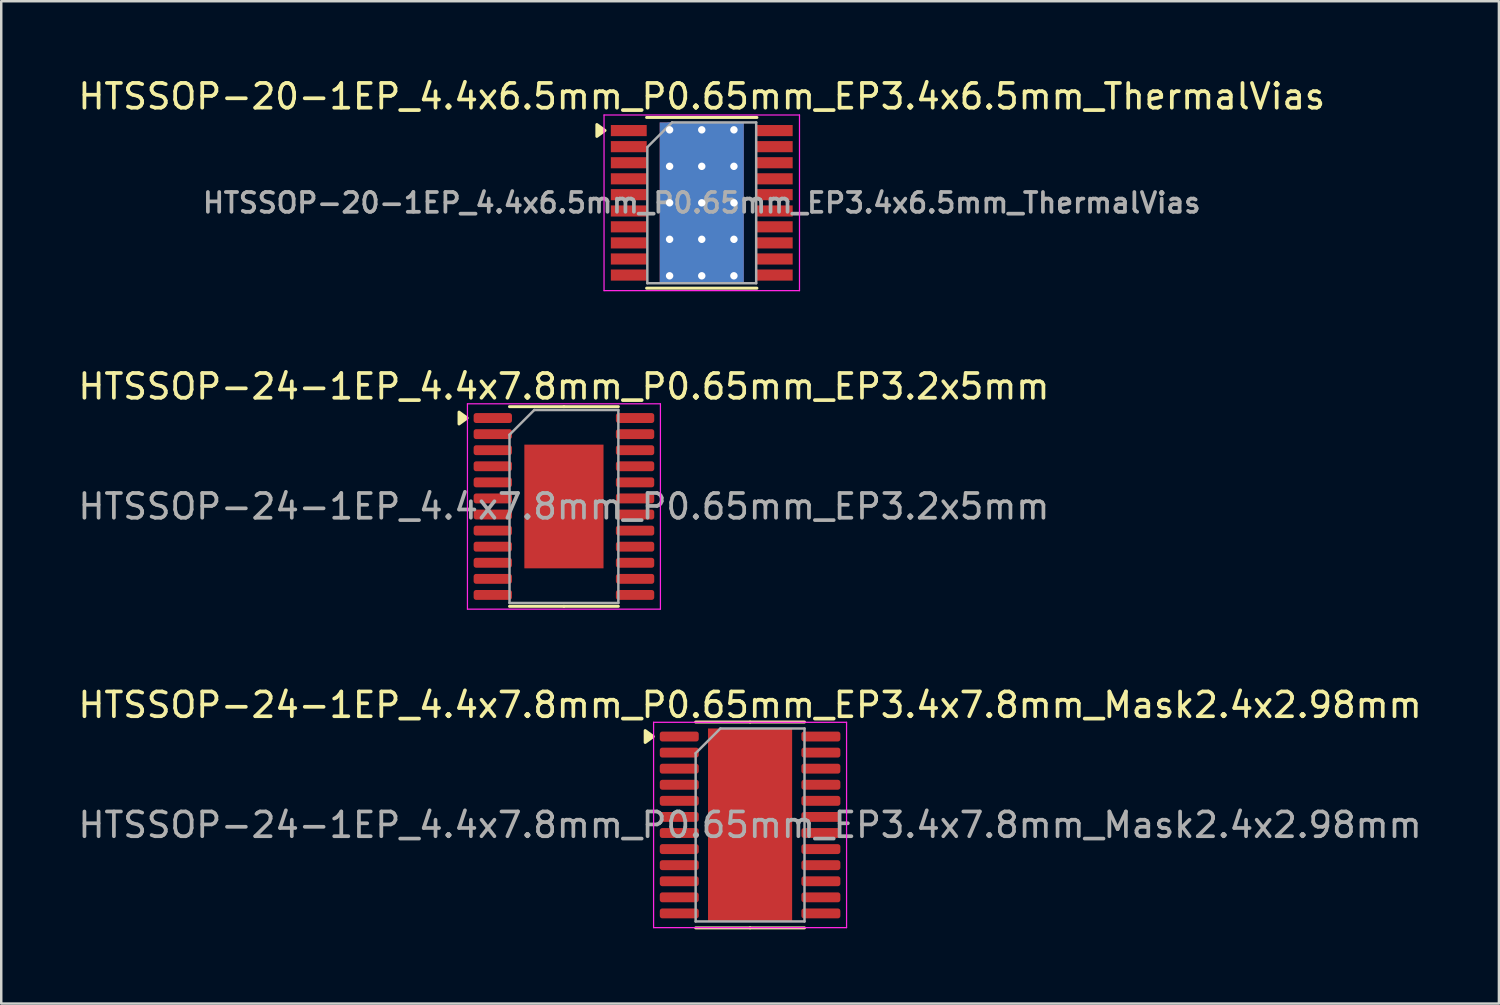
<source format=kicad_pcb>
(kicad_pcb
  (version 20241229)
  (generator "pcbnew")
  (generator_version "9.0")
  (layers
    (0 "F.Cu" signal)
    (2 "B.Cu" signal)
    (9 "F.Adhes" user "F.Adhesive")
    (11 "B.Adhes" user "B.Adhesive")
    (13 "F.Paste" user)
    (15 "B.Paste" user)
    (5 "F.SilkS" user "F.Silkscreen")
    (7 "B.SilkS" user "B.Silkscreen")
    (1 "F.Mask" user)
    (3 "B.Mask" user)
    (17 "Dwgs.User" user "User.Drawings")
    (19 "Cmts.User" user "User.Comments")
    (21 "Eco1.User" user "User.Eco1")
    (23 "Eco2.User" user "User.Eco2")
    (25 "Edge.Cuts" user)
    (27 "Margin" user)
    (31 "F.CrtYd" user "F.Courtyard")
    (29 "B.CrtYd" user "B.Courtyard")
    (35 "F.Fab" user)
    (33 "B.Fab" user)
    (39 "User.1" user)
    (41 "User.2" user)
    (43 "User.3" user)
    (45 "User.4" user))
  (footprint "HTSSOP-24-1EP_4.4x7.8mm_P0.65mm_EP3.4x7.8mm_Mask2.4x2.98mm"
    (layer "F.Cu")
    (at 27.268 30.295)
    (property "Reference" "HTSSOP-24-1EP_4.4x7.8mm_P0.65mm_EP3.4x7.8mm_Mask2.4x2.98mm" (at 0 -4.85 0) (layer "F.SilkS") (effects (font (size 1 1) (thickness 0.15))))
    (attr smd)
    (fp_line (start 0 -4.16) (end -2.2 -4.16) (stroke (width 0.12) (type solid)) (layer "F.SilkS"))
    (fp_line (start 0 -4.16) (end 2.2 -4.16) (stroke (width 0.12) (type solid)) (layer "F.SilkS"))
    (fp_line (start 0 4.16) (end -2.2 4.16) (stroke (width 0.12) (type solid)) (layer "F.SilkS"))
    (fp_line (start 0 4.16) (end 2.2 4.16) (stroke (width 0.12) (type solid)) (layer "F.SilkS"))
    (fp_poly (pts (xy -3.91 -3.575) (xy -4.24 -3.815) (xy -4.24 -3.335) (xy -3.91 -3.575)) (stroke (width 0.12) (type solid)) (fill yes) (layer "F.SilkS"))
    (fp_line (start -3.9 -4.15) (end -3.9 4.15) (stroke (width 0.05) (type solid)) (layer "F.CrtYd"))
    (fp_line (start -3.9 4.15) (end 3.9 4.15) (stroke (width 0.05) (type solid)) (layer "F.CrtYd"))
    (fp_line (start 3.9 -4.15) (end -3.9 -4.15) (stroke (width 0.05) (type solid)) (layer "F.CrtYd"))
    (fp_line (start 3.9 4.15) (end 3.9 -4.15) (stroke (width 0.05) (type solid)) (layer "F.CrtYd"))
    (fp_line (start -2.2 -2.9) (end -1.2 -3.9) (stroke (width 0.1) (type solid)) (layer "F.Fab"))
    (fp_line (start -2.2 3.9) (end -2.2 -2.9) (stroke (width 0.1) (type solid)) (layer "F.Fab"))
    (fp_line (start -1.2 -3.9) (end 2.2 -3.9) (stroke (width 0.1) (type solid)) (layer "F.Fab"))
    (fp_line (start 2.2 -3.9) (end 2.2 3.9) (stroke (width 0.1) (type solid)) (layer "F.Fab"))
    (fp_line (start 2.2 3.9) (end -2.2 3.9) (stroke (width 0.1) (type solid)) (layer "F.Fab"))
    (fp_text user "${REFERENCE}" (at 0 0 0) (layer "F.Fab") (effects (font (size 1 1) (thickness 0.15))))
    (pad "" smd roundrect (at 0 0) (size 1.93 2.4) (layers "F.Paste") (roundrect_rratio 0.13))
    (pad "" smd rect (at 0 0) (size 2.4 2.98) (layers "F.Mask"))
    (pad "1" smd roundrect (at -2.862 -3.575) (size 1.575 0.4) (layers "F.Cu" "F.Mask" "F.Paste") (roundrect_rratio 0.25))
    (pad "2" smd roundrect (at -2.862 -2.925) (size 1.575 0.4) (layers "F.Cu" "F.Mask" "F.Paste") (roundrect_rratio 0.25))
    (pad "3" smd roundrect (at -2.862 -2.275) (size 1.575 0.4) (layers "F.Cu" "F.Mask" "F.Paste") (roundrect_rratio 0.25))
    (pad "4" smd roundrect (at -2.862 -1.625) (size 1.575 0.4) (layers "F.Cu" "F.Mask" "F.Paste") (roundrect_rratio 0.25))
    (pad "5" smd roundrect (at -2.862 -0.975) (size 1.575 0.4) (layers "F.Cu" "F.Mask" "F.Paste") (roundrect_rratio 0.25))
    (pad "6" smd roundrect (at -2.862 -0.325) (size 1.575 0.4) (layers "F.Cu" "F.Mask" "F.Paste") (roundrect_rratio 0.25))
    (pad "7" smd roundrect (at -2.862 0.325) (size 1.575 0.4) (layers "F.Cu" "F.Mask" "F.Paste") (roundrect_rratio 0.25))
    (pad "8" smd roundrect (at -2.862 0.975) (size 1.575 0.4) (layers "F.Cu" "F.Mask" "F.Paste") (roundrect_rratio 0.25))
    (pad "9" smd roundrect (at -2.862 1.625) (size 1.575 0.4) (layers "F.Cu" "F.Mask" "F.Paste") (roundrect_rratio 0.25))
    (pad "10" smd roundrect (at -2.862 2.275) (size 1.575 0.4) (layers "F.Cu" "F.Mask" "F.Paste") (roundrect_rratio 0.25))
    (pad "11" smd roundrect (at -2.862 2.925) (size 1.575 0.4) (layers "F.Cu" "F.Mask" "F.Paste") (roundrect_rratio 0.25))
    (pad "12" smd roundrect (at -2.862 3.575) (size 1.575 0.4) (layers "F.Cu" "F.Mask" "F.Paste") (roundrect_rratio 0.25))
    (pad "13" smd roundrect (at 2.862 3.575) (size 1.575 0.4) (layers "F.Cu" "F.Mask" "F.Paste") (roundrect_rratio 0.25))
    (pad "14" smd roundrect (at 2.862 2.925) (size 1.575 0.4) (layers "F.Cu" "F.Mask" "F.Paste") (roundrect_rratio 0.25))
    (pad "15" smd roundrect (at 2.862 2.275) (size 1.575 0.4) (layers "F.Cu" "F.Mask" "F.Paste") (roundrect_rratio 0.25))
    (pad "16" smd roundrect (at 2.862 1.625) (size 1.575 0.4) (layers "F.Cu" "F.Mask" "F.Paste") (roundrect_rratio 0.25))
    (pad "17" smd roundrect (at 2.862 0.975) (size 1.575 0.4) (layers "F.Cu" "F.Mask" "F.Paste") (roundrect_rratio 0.25))
    (pad "18" smd roundrect (at 2.862 0.325) (size 1.575 0.4) (layers "F.Cu" "F.Mask" "F.Paste") (roundrect_rratio 0.25))
    (pad "19" smd roundrect (at 2.862 -0.325) (size 1.575 0.4) (layers "F.Cu" "F.Mask" "F.Paste") (roundrect_rratio 0.25))
    (pad "20" smd roundrect (at 2.862 -0.975) (size 1.575 0.4) (layers "F.Cu" "F.Mask" "F.Paste") (roundrect_rratio 0.25))
    (pad "21" smd roundrect (at 2.862 -1.625) (size 1.575 0.4) (layers "F.Cu" "F.Mask" "F.Paste") (roundrect_rratio 0.25))
    (pad "22" smd roundrect (at 2.862 -2.275) (size 1.575 0.4) (layers "F.Cu" "F.Mask" "F.Paste") (roundrect_rratio 0.25))
    (pad "23" smd roundrect (at 2.862 -2.925) (size 1.575 0.4) (layers "F.Cu" "F.Mask" "F.Paste") (roundrect_rratio 0.25))
    (pad "24" smd roundrect (at 2.862 -3.575) (size 1.575 0.4) (layers "F.Cu" "F.Mask" "F.Paste") (roundrect_rratio 0.25))
    (pad "25" smd rect (at 0 0) (size 3.4 7.8) (property pad_prop_heatsink) (layers "F.Cu")))
  (footprint "HTSSOP-24-1EP_4.4x7.8mm_P0.65mm_EP3.2x5mm"
    (layer "F.Cu")
    (at 19.744 17.422)
    (property "Reference" "HTSSOP-24-1EP_4.4x7.8mm_P0.65mm_EP3.2x5mm" (at 0 -4.85 0) (layer "F.SilkS") (effects (font (size 1 1) (thickness 0.15))))
    (attr smd)
    (fp_line (start 0 -4.035) (end -2.2 -4.035) (stroke (width 0.12) (type solid)) (layer "F.SilkS"))
    (fp_line (start 0 -4.035) (end 2.2 -4.035) (stroke (width 0.12) (type solid)) (layer "F.SilkS"))
    (fp_line (start 0 4.035) (end -2.2 4.035) (stroke (width 0.12) (type solid)) (layer "F.SilkS"))
    (fp_line (start 0 4.035) (end 2.2 4.035) (stroke (width 0.12) (type solid)) (layer "F.SilkS"))
    (fp_poly (pts (xy -3.91 -3.575) (xy -4.24 -3.815) (xy -4.24 -3.335) (xy -3.91 -3.575)) (stroke (width 0.12) (type solid)) (fill yes) (layer "F.SilkS"))
    (fp_line (start -3.9 -4.15) (end -3.9 4.15) (stroke (width 0.05) (type solid)) (layer "F.CrtYd"))
    (fp_line (start -3.9 4.15) (end 3.9 4.15) (stroke (width 0.05) (type solid)) (layer "F.CrtYd"))
    (fp_line (start 3.9 -4.15) (end -3.9 -4.15) (stroke (width 0.05) (type solid)) (layer "F.CrtYd"))
    (fp_line (start 3.9 4.15) (end 3.9 -4.15) (stroke (width 0.05) (type solid)) (layer "F.CrtYd"))
    (fp_line (start -2.2 -2.9) (end -1.2 -3.9) (stroke (width 0.1) (type solid)) (layer "F.Fab"))
    (fp_line (start -2.2 3.9) (end -2.2 -2.9) (stroke (width 0.1) (type solid)) (layer "F.Fab"))
    (fp_line (start -1.2 -3.9) (end 2.2 -3.9) (stroke (width 0.1) (type solid)) (layer "F.Fab"))
    (fp_line (start 2.2 -3.9) (end 2.2 3.9) (stroke (width 0.1) (type solid)) (layer "F.Fab"))
    (fp_line (start 2.2 3.9) (end -2.2 3.9) (stroke (width 0.1) (type solid)) (layer "F.Fab"))
    (fp_text user "${REFERENCE}" (at 0 0 0) (layer "F.Fab") (effects (font (size 1 1) (thickness 0.15))))
    (pad "" smd roundrect (at -0.8 -1.67) (size 1.29 1.34) (layers "F.Paste") (roundrect_rratio 0.194))
    (pad "" smd roundrect (at -0.8 0) (size 1.29 1.34) (layers "F.Paste") (roundrect_rratio 0.194))
    (pad "" smd roundrect (at -0.8 1.67) (size 1.29 1.34) (layers "F.Paste") (roundrect_rratio 0.194))
    (pad "" smd roundrect (at 0.8 -1.67) (size 1.29 1.34) (layers "F.Paste") (roundrect_rratio 0.194))
    (pad "" smd roundrect (at 0.8 0) (size 1.29 1.34) (layers "F.Paste") (roundrect_rratio 0.194))
    (pad "" smd roundrect (at 0.8 1.67) (size 1.29 1.34) (layers "F.Paste") (roundrect_rratio 0.194))
    (pad "1" smd roundrect (at -2.875 -3.575) (size 1.55 0.4) (layers "F.Cu" "F.Mask" "F.Paste") (roundrect_rratio 0.25))
    (pad "2" smd roundrect (at -2.875 -2.925) (size 1.55 0.4) (layers "F.Cu" "F.Mask" "F.Paste") (roundrect_rratio 0.25))
    (pad "3" smd roundrect (at -2.875 -2.275) (size 1.55 0.4) (layers "F.Cu" "F.Mask" "F.Paste") (roundrect_rratio 0.25))
    (pad "4" smd roundrect (at -2.875 -1.625) (size 1.55 0.4) (layers "F.Cu" "F.Mask" "F.Paste") (roundrect_rratio 0.25))
    (pad "5" smd roundrect (at -2.875 -0.975) (size 1.55 0.4) (layers "F.Cu" "F.Mask" "F.Paste") (roundrect_rratio 0.25))
    (pad "6" smd roundrect (at -2.875 -0.325) (size 1.55 0.4) (layers "F.Cu" "F.Mask" "F.Paste") (roundrect_rratio 0.25))
    (pad "7" smd roundrect (at -2.875 0.325) (size 1.55 0.4) (layers "F.Cu" "F.Mask" "F.Paste") (roundrect_rratio 0.25))
    (pad "8" smd roundrect (at -2.875 0.975) (size 1.55 0.4) (layers "F.Cu" "F.Mask" "F.Paste") (roundrect_rratio 0.25))
    (pad "9" smd roundrect (at -2.875 1.625) (size 1.55 0.4) (layers "F.Cu" "F.Mask" "F.Paste") (roundrect_rratio 0.25))
    (pad "10" smd roundrect (at -2.875 2.275) (size 1.55 0.4) (layers "F.Cu" "F.Mask" "F.Paste") (roundrect_rratio 0.25))
    (pad "11" smd roundrect (at -2.875 2.925) (size 1.55 0.4) (layers "F.Cu" "F.Mask" "F.Paste") (roundrect_rratio 0.25))
    (pad "12" smd roundrect (at -2.875 3.575) (size 1.55 0.4) (layers "F.Cu" "F.Mask" "F.Paste") (roundrect_rratio 0.25))
    (pad "13" smd roundrect (at 2.875 3.575) (size 1.55 0.4) (layers "F.Cu" "F.Mask" "F.Paste") (roundrect_rratio 0.25))
    (pad "14" smd roundrect (at 2.875 2.925) (size 1.55 0.4) (layers "F.Cu" "F.Mask" "F.Paste") (roundrect_rratio 0.25))
    (pad "15" smd roundrect (at 2.875 2.275) (size 1.55 0.4) (layers "F.Cu" "F.Mask" "F.Paste") (roundrect_rratio 0.25))
    (pad "16" smd roundrect (at 2.875 1.625) (size 1.55 0.4) (layers "F.Cu" "F.Mask" "F.Paste") (roundrect_rratio 0.25))
    (pad "17" smd roundrect (at 2.875 0.975) (size 1.55 0.4) (layers "F.Cu" "F.Mask" "F.Paste") (roundrect_rratio 0.25))
    (pad "18" smd roundrect (at 2.875 0.325) (size 1.55 0.4) (layers "F.Cu" "F.Mask" "F.Paste") (roundrect_rratio 0.25))
    (pad "19" smd roundrect (at 2.875 -0.325) (size 1.55 0.4) (layers "F.Cu" "F.Mask" "F.Paste") (roundrect_rratio 0.25))
    (pad "20" smd roundrect (at 2.875 -0.975) (size 1.55 0.4) (layers "F.Cu" "F.Mask" "F.Paste") (roundrect_rratio 0.25))
    (pad "21" smd roundrect (at 2.875 -1.625) (size 1.55 0.4) (layers "F.Cu" "F.Mask" "F.Paste") (roundrect_rratio 0.25))
    (pad "22" smd roundrect (at 2.875 -2.275) (size 1.55 0.4) (layers "F.Cu" "F.Mask" "F.Paste") (roundrect_rratio 0.25))
    (pad "23" smd roundrect (at 2.875 -2.925) (size 1.55 0.4) (layers "F.Cu" "F.Mask" "F.Paste") (roundrect_rratio 0.25))
    (pad "24" smd roundrect (at 2.875 -3.575) (size 1.55 0.4) (layers "F.Cu" "F.Mask" "F.Paste") (roundrect_rratio 0.25))
    (pad "25" smd rect (at 0 0) (size 3.2 5) (property pad_prop_heatsink) (layers "F.Cu" "F.Mask")))
  (footprint "HTSSOP-20-1EP_4.4x6.5mm_P0.65mm_EP3.4x6.5mm_ThermalVias"
    (layer "F.Cu")
    (at 25.315 5.148)
    (property "Reference" "HTSSOP-20-1EP_4.4x6.5mm_P0.65mm_EP3.4x6.5mm_ThermalVias" (at 0 -4.3 0) (layer "F.SilkS") (effects (font (size 1 1) (thickness 0.15))))
    (attr smd)
    (fp_line (start -2.23 -3.45) (end 2.23 -3.45) (stroke (width 0.12) (type solid)) (layer "F.SilkS"))
    (fp_line (start -2.23 3.45) (end 2.23 3.45) (stroke (width 0.12) (type solid)) (layer "F.SilkS"))
    (fp_poly (pts (xy -3.91 -2.925) (xy -4.24 -3.165) (xy -4.24 -2.685) (xy -3.91 -2.925)) (stroke (width 0.12) (type solid)) (fill yes) (layer "F.SilkS"))
    (fp_line (start -3.95 -3.55) (end -3.95 3.55) (stroke (width 0.05) (type solid)) (layer "F.CrtYd"))
    (fp_line (start -3.95 -3.55) (end 3.95 -3.55) (stroke (width 0.05) (type solid)) (layer "F.CrtYd"))
    (fp_line (start -3.95 3.55) (end 3.95 3.55) (stroke (width 0.05) (type solid)) (layer "F.CrtYd"))
    (fp_line (start 3.95 -3.55) (end 3.95 3.55) (stroke (width 0.05) (type solid)) (layer "F.CrtYd"))
    (fp_line (start -2.2 -2.25) (end -1.2 -3.25) (stroke (width 0.1) (type solid)) (layer "F.Fab"))
    (fp_line (start -2.2 3.25) (end -2.2 -2.25) (stroke (width 0.1) (type solid)) (layer "F.Fab"))
    (fp_line (start -1.2 -3.25) (end 2.2 -3.25) (stroke (width 0.1) (type solid)) (layer "F.Fab"))
    (fp_line (start 2.2 -3.25) (end 2.2 3.25) (stroke (width 0.1) (type solid)) (layer "F.Fab"))
    (fp_line (start 2.2 3.25) (end -2.2 3.25) (stroke (width 0.1) (type solid)) (layer "F.Fab"))
    (fp_text user "${REFERENCE}" (at 0 0 0) (layer "F.Fab") (effects (font (size 0.8 0.8) (thickness 0.15))))
    (pad "" smd rect (at -0.85 -2.212) (size 1.4 1.075) (layers "F.Paste"))
    (pad "" smd rect (at -0.85 -0.738) (size 1.4 1.075) (layers "F.Paste"))
    (pad "" smd rect (at -0.85 0.738) (size 1.4 1.075) (layers "F.Paste"))
    (pad "" smd rect (at -0.85 2.212) (size 1.4 1.075) (layers "F.Paste"))
    (pad "" smd rect (at 0.85 -2.212) (size 1.4 1.075) (layers "F.Paste"))
    (pad "" smd rect (at 0.85 -0.738) (size 1.4 1.075) (layers "F.Paste"))
    (pad "" smd rect (at 0.85 0.738) (size 1.4 1.075) (layers "F.Paste"))
    (pad "" smd rect (at 0.85 2.212) (size 1.4 1.075) (layers "F.Paste"))
    (pad "1" smd rect (at -2.95 -2.92) (size 1.45 0.45) (layers "F.Cu" "F.Mask" "F.Paste"))
    (pad "2" smd rect (at -2.95 -2.27) (size 1.45 0.45) (layers "F.Cu" "F.Mask" "F.Paste"))
    (pad "3" smd rect (at -2.95 -1.62) (size 1.45 0.45) (layers "F.Cu" "F.Mask" "F.Paste"))
    (pad "4" smd rect (at -2.95 -0.97) (size 1.45 0.45) (layers "F.Cu" "F.Mask" "F.Paste"))
    (pad "5" smd rect (at -2.95 -0.33) (size 1.45 0.45) (layers "F.Cu" "F.Mask" "F.Paste"))
    (pad "6" smd rect (at -2.95 0.33) (size 1.45 0.45) (layers "F.Cu" "F.Mask" "F.Paste"))
    (pad "7" smd rect (at -2.95 0.97) (size 1.45 0.45) (layers "F.Cu" "F.Mask" "F.Paste"))
    (pad "8" smd rect (at -2.95 1.62) (size 1.45 0.45) (layers "F.Cu" "F.Mask" "F.Paste"))
    (pad "9" smd rect (at -2.95 2.27) (size 1.45 0.45) (layers "F.Cu" "F.Mask" "F.Paste"))
    (pad "10" smd rect (at -2.95 2.92) (size 1.45 0.45) (layers "F.Cu" "F.Mask" "F.Paste"))
    (pad "11" smd rect (at 2.95 2.92) (size 1.45 0.45) (layers "F.Cu" "F.Mask" "F.Paste"))
    (pad "12" smd rect (at 2.95 2.27) (size 1.45 0.45) (layers "F.Cu" "F.Mask" "F.Paste"))
    (pad "13" smd rect (at 2.95 1.62) (size 1.45 0.45) (layers "F.Cu" "F.Mask" "F.Paste"))
    (pad "14" smd rect (at 2.95 0.97) (size 1.45 0.45) (layers "F.Cu" "F.Mask" "F.Paste"))
    (pad "15" smd rect (at 2.95 0.33) (size 1.45 0.45) (layers "F.Cu" "F.Mask" "F.Paste"))
    (pad "16" smd rect (at 2.95 -0.33) (size 1.45 0.45) (layers "F.Cu" "F.Mask" "F.Paste"))
    (pad "17" smd rect (at 2.95 -0.97) (size 1.45 0.45) (layers "F.Cu" "F.Mask" "F.Paste"))
    (pad "18" smd rect (at 2.95 -1.62) (size 1.45 0.45) (layers "F.Cu" "F.Mask" "F.Paste"))
    (pad "19" smd rect (at 2.95 -2.27) (size 1.45 0.45) (layers "F.Cu" "F.Mask" "F.Paste"))
    (pad "20" smd rect (at 2.95 -2.92) (size 1.45 0.45) (layers "F.Cu" "F.Mask" "F.Paste"))
    (pad "21" thru_hole circle (at -1.3 -2.95) (size 0.6 0.6) (drill 0.3) (layers "*.Cu"))
    (pad "21" thru_hole circle (at -1.3 -1.475) (size 0.6 0.6) (drill 0.3) (layers "*.Cu"))
    (pad "21" thru_hole circle (at -1.3 0) (size 0.6 0.6) (drill 0.3) (layers "*.Cu"))
    (pad "21" thru_hole circle (at -1.3 1.475) (size 0.6 0.6) (drill 0.3) (layers "*.Cu"))
    (pad "21" thru_hole circle (at -1.3 2.95) (size 0.6 0.6) (drill 0.3) (layers "*.Cu"))
    (pad "21" thru_hole circle (at 0 -2.95) (size 0.6 0.6) (drill 0.3) (layers "*.Cu"))
    (pad "21" thru_hole circle (at 0 -1.475) (size 0.6 0.6) (drill 0.3) (layers "*.Cu"))
    (pad "21" thru_hole circle (at 0 0) (size 0.6 0.6) (drill 0.3) (layers "*.Cu"))
    (pad "21" smd rect (at 0 0) (size 3.4 6.5) (layers "F.Cu" "F.Mask"))
    (pad "21" smd rect (at 0 0) (size 3.4 6.5) (layers "B.Cu"))
    (pad "21" thru_hole circle (at 0 1.475) (size 0.6 0.6) (drill 0.3) (layers "*.Cu"))
    (pad "21" thru_hole circle (at 0 2.95) (size 0.6 0.6) (drill 0.3) (layers "*.Cu"))
    (pad "21" thru_hole circle (at 1.3 -2.95) (size 0.6 0.6) (drill 0.3) (layers "*.Cu"))
    (pad "21" thru_hole circle (at 1.3 -1.475) (size 0.6 0.6) (drill 0.3) (layers "*.Cu"))
    (pad "21" thru_hole circle (at 1.3 0) (size 0.6 0.6) (drill 0.3) (layers "*.Cu"))
    (pad "21" thru_hole circle (at 1.3 1.475) (size 0.6 0.6) (drill 0.3) (layers "*.Cu"))
    (pad "21" thru_hole circle (at 1.3 2.95) (size 0.6 0.6) (drill 0.3) (layers "*.Cu")))
  (gr_rect
    (start -3 -3)
    (end 57.536 37.515)
    (stroke (width 0.1) (type default))
    (fill no)
    (layer "Edge.Cuts")))
</source>
